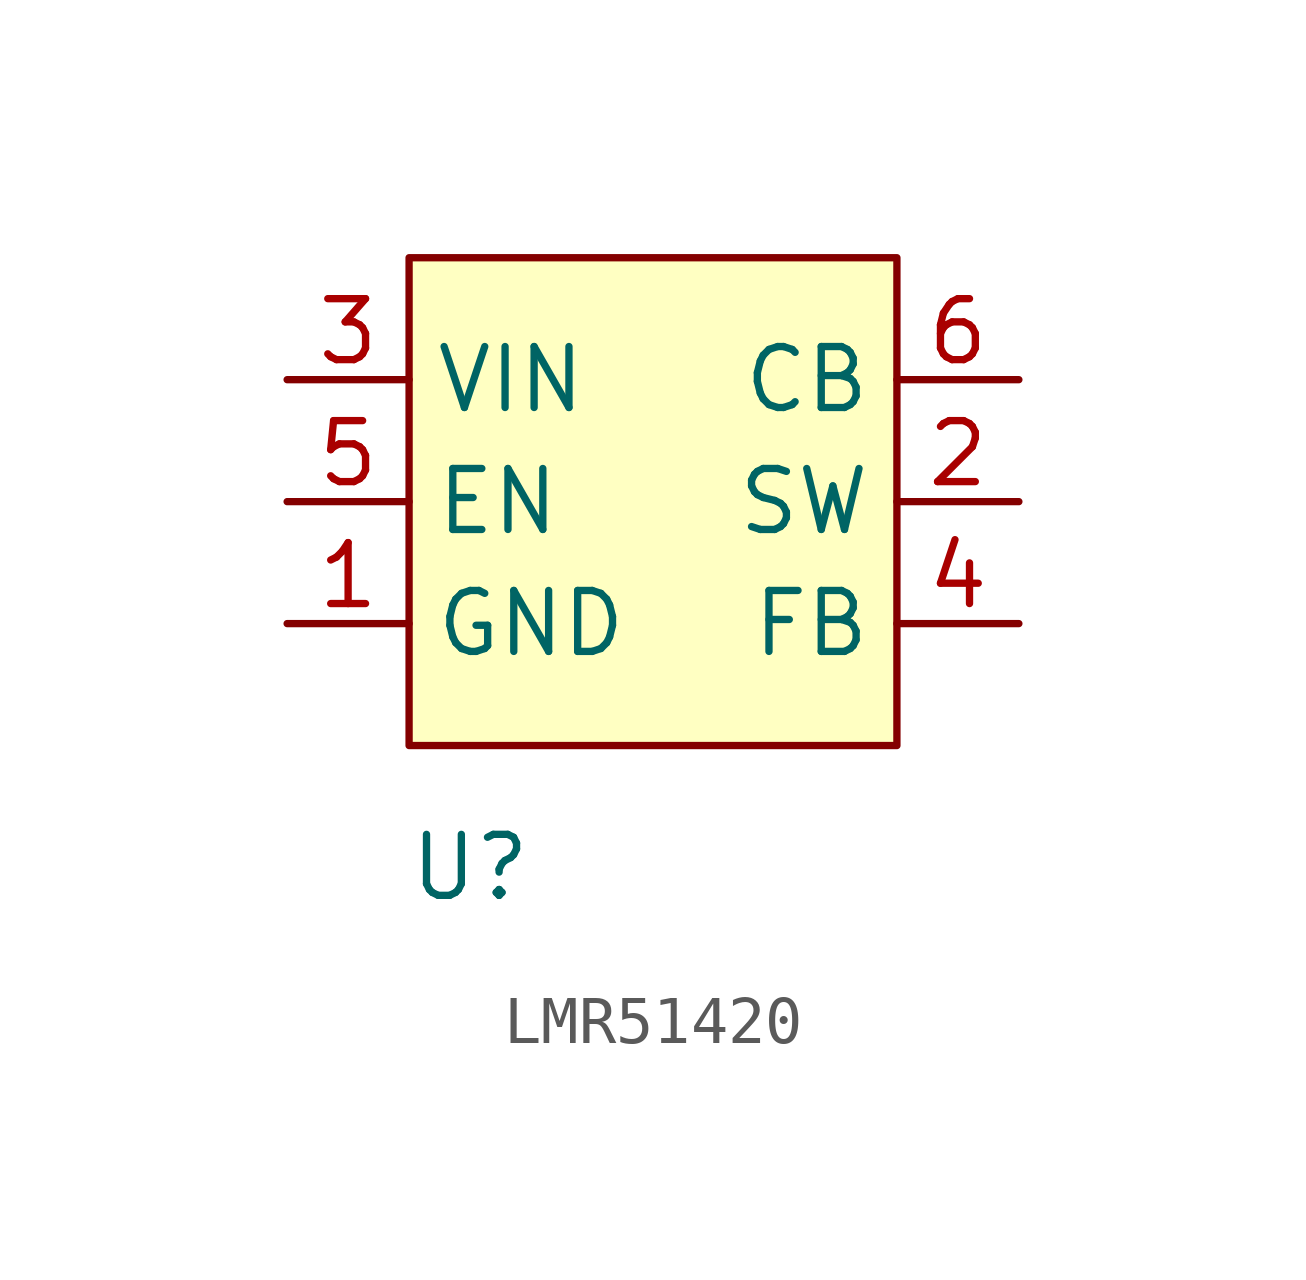
<source format=kicad_sym>
(kicad_symbol_lib
  (version 20220914)
  (generator kicad_symbol_editor)
  (symbol "LMR51420"
    (property "Reference" "U"
      (at -3.81 -7.62 0)
      (effects (font (size 1.27 1.27))))
    (property "Value" ""
      (at 0 0 0)
      (effects (font (size 1.27 1.27))))
    (symbol "LMR51420_0_1"
      (rectangle (start -5.08 5.08) (end 5.08 -5.08) (stroke (width 0) (type default)) (fill (type background))))
    (symbol "LMR51420_1_1"
      (pin power_in line (at -7.62 -2.54 0) (length 2.54) (name "GND" (effects (font (size 1.27 1.27)))) (number "1" (effects (font (size 1.27 1.27)))))
      (pin power_out line (at 7.62 0 180) (length 2.54) (name "SW" (effects (font (size 1.27 1.27)))) (number "2" (effects (font (size 1.27 1.27)))))
      (pin power_in line (at -7.62 2.54 0) (length 2.54) (name "VIN" (effects (font (size 1.27 1.27)))) (number "3" (effects (font (size 1.27 1.27)))))
      (pin input line (at 7.62 -2.54 180) (length 2.54) (name "FB" (effects (font (size 1.27 1.27)))) (number "4" (effects (font (size 1.27 1.27)))))
      (pin input line (at -7.62 0 0) (length 2.54) (name "EN" (effects (font (size 1.27 1.27)))) (number "5" (effects (font (size 1.27 1.27)))))
      (pin power_out line (at 7.62 2.54 180) (length 2.54) (name "CB" (effects (font (size 1.27 1.27)))) (number "6" (effects (font (size 1.27 1.27))))))))
</source>
